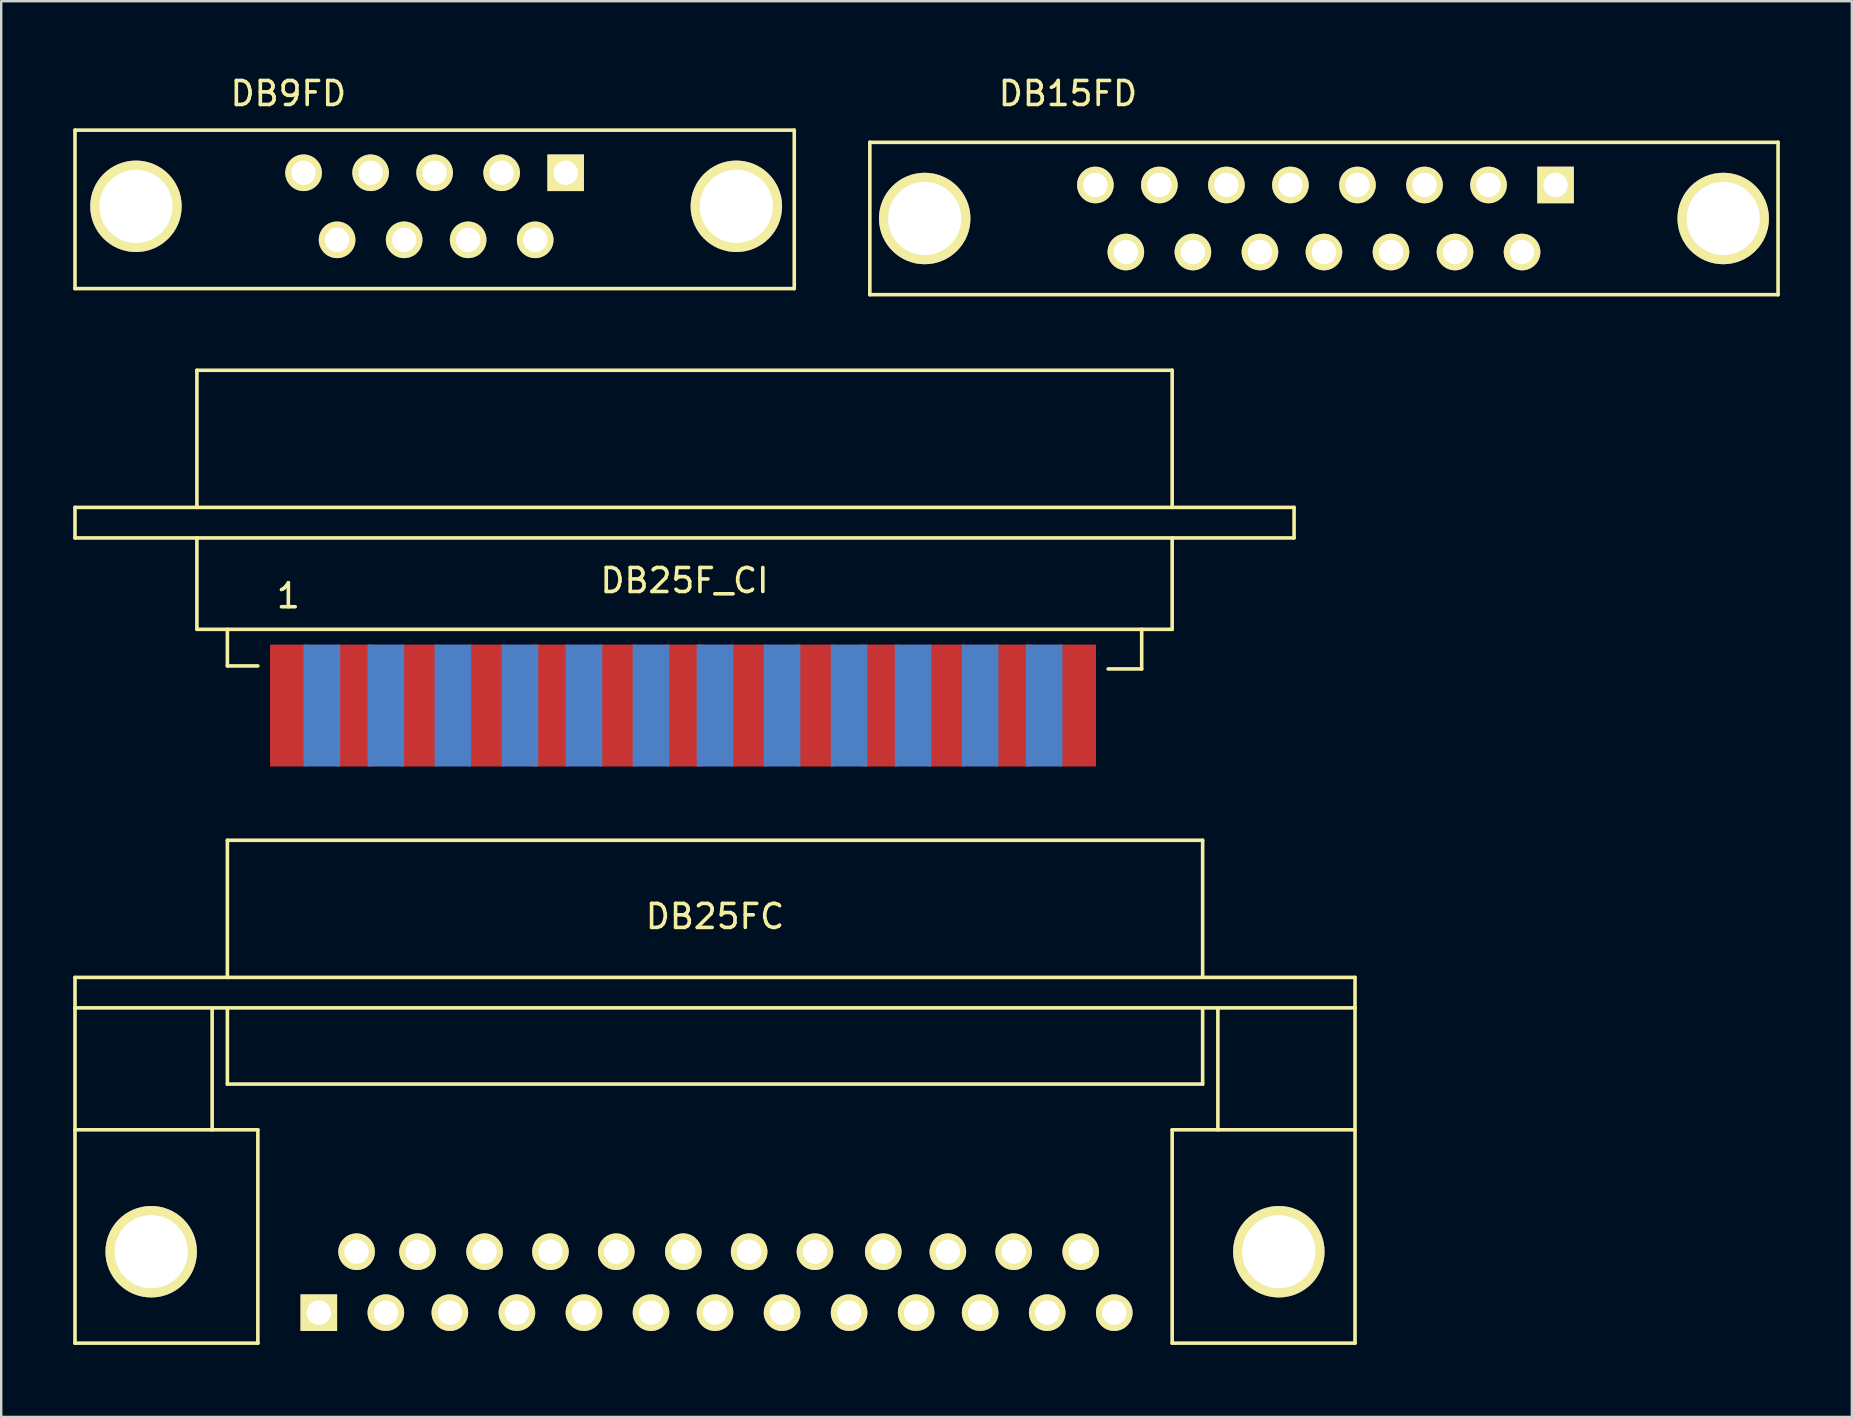
<source format=kicad_pcb>
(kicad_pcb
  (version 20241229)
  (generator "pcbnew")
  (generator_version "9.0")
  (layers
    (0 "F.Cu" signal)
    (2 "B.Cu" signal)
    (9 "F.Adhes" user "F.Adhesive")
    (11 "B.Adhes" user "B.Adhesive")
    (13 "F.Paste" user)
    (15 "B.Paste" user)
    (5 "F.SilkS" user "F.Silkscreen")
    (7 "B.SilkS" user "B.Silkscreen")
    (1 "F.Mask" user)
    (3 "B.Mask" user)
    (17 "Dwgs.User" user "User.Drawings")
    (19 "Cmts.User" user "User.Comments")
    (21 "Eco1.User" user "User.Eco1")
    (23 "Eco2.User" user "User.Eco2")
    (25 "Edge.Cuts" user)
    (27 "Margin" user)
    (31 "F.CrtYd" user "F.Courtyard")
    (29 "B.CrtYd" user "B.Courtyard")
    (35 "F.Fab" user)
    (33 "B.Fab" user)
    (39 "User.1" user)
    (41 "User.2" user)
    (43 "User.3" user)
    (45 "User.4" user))
  (footprint "DB9FD"
    (layer "F.Cu")
    (at 15.061 5.674)
    (property "Reference" "DB9FD" (at -6.096 -4.826 180) (layer "F.SilkS") (effects (font (size 1 1) (thickness 0.15))))
    (attr through_hole)
    (fp_line (start -14.986 -3.302) (end -14.986 3.302) (stroke (width 0.15) (type solid)) (layer "F.SilkS"))
    (fp_line (start -14.986 3.302) (end 14.986 3.302) (stroke (width 0.15) (type solid)) (layer "F.SilkS"))
    (fp_line (start 14.986 -3.302) (end -14.986 -3.302) (stroke (width 0.15) (type solid)) (layer "F.SilkS"))
    (fp_line (start 14.986 3.302) (end 14.986 -3.302) (stroke (width 0.15) (type solid)) (layer "F.SilkS"))
    (pad "0" thru_hole circle (at -12.446 -0.127) (size 3.81 3.81) (drill 3.048) (layers "*.Cu" "*.Mask" "F.SilkS"))
    (pad "0" thru_hole circle (at 12.573 -0.127) (size 3.81 3.81) (drill 3.048) (layers "*.Cu" "*.Mask" "F.SilkS"))
    (pad "1" thru_hole rect (at 5.461 -1.524) (size 1.524 1.524) (drill 1.016) (layers "*.Cu" "*.Mask" "F.SilkS"))
    (pad "2" thru_hole circle (at 2.794 -1.524) (size 1.524 1.524) (drill 1.016) (layers "*.Cu" "*.Mask" "F.SilkS"))
    (pad "3" thru_hole circle (at 0 -1.524) (size 1.524 1.524) (drill 1.016) (layers "*.Cu" "*.Mask" "F.SilkS"))
    (pad "4" thru_hole circle (at -2.667 -1.524) (size 1.524 1.524) (drill 1.016) (layers "*.Cu" "*.Mask" "F.SilkS"))
    (pad "5" thru_hole circle (at -5.461 -1.524) (size 1.524 1.524) (drill 1.016) (layers "*.Cu" "*.Mask" "F.SilkS"))
    (pad "6" thru_hole circle (at 4.191 1.27) (size 1.524 1.524) (drill 1.016) (layers "*.Cu" "*.Mask" "F.SilkS"))
    (pad "7" thru_hole circle (at 1.397 1.27) (size 1.524 1.524) (drill 1.016) (layers "*.Cu" "*.Mask" "F.SilkS"))
    (pad "8" thru_hole circle (at -1.27 1.27) (size 1.524 1.524) (drill 1.016) (layers "*.Cu" "*.Mask" "F.SilkS"))
    (pad "9" thru_hole circle (at -4.064 1.27) (size 1.524 1.524) (drill 1.016) (layers "*.Cu" "*.Mask" "F.SilkS")))
  (footprint "DB25FC"
    (layer "F.Cu")
    (at 26.745 50.38)
    (property "Reference" "DB25FC" (at 0 -15.24 0) (layer "F.SilkS") (effects (font (size 1 1) (thickness 0.15))))
    (attr through_hole)
    (fp_line (start -26.67 -12.7) (end -26.67 -11.43) (stroke (width 0.15) (type solid)) (layer "F.SilkS"))
    (fp_line (start -26.67 -11.43) (end 26.67 -11.43) (stroke (width 0.15) (type solid)) (layer "F.SilkS"))
    (fp_line (start -26.67 -6.35) (end -19.05 -6.35) (stroke (width 0.15) (type solid)) (layer "F.SilkS"))
    (fp_line (start -26.67 2.54) (end -26.67 -11.43) (stroke (width 0.15) (type solid)) (layer "F.SilkS"))
    (fp_line (start -26.67 2.54) (end -19.05 2.54) (stroke (width 0.15) (type solid)) (layer "F.SilkS"))
    (fp_line (start -20.955 -11.43) (end -20.955 -6.35) (stroke (width 0.15) (type solid)) (layer "F.SilkS"))
    (fp_line (start -20.32 -18.415) (end -20.32 -12.7) (stroke (width 0.15) (type solid)) (layer "F.SilkS"))
    (fp_line (start -20.32 -18.415) (end 20.32 -18.415) (stroke (width 0.15) (type solid)) (layer "F.SilkS"))
    (fp_line (start -20.32 -8.255) (end -20.32 -11.43) (stroke (width 0.15) (type solid)) (layer "F.SilkS"))
    (fp_line (start -20.32 -8.255) (end 20.32 -8.255) (stroke (width 0.15) (type solid)) (layer "F.SilkS"))
    (fp_line (start -19.05 -6.35) (end -19.05 2.54) (stroke (width 0.15) (type solid)) (layer "F.SilkS"))
    (fp_line (start 19.05 -6.35) (end 19.05 2.54) (stroke (width 0.15) (type solid)) (layer "F.SilkS"))
    (fp_line (start 19.05 2.54) (end 26.67 2.54) (stroke (width 0.15) (type solid)) (layer "F.SilkS"))
    (fp_line (start 20.32 -18.415) (end 20.32 -12.7) (stroke (width 0.15) (type solid)) (layer "F.SilkS"))
    (fp_line (start 20.32 -8.255) (end 20.32 -11.43) (stroke (width 0.15) (type solid)) (layer "F.SilkS"))
    (fp_line (start 20.955 -11.43) (end 20.955 -6.35) (stroke (width 0.15) (type solid)) (layer "F.SilkS"))
    (fp_line (start 26.67 -12.7) (end -26.67 -12.7) (stroke (width 0.15) (type solid)) (layer "F.SilkS"))
    (fp_line (start 26.67 -11.43) (end 26.67 -12.7) (stroke (width 0.15) (type solid)) (layer "F.SilkS"))
    (fp_line (start 26.67 -11.43) (end 26.67 2.54) (stroke (width 0.15) (type solid)) (layer "F.SilkS"))
    (fp_line (start 26.67 -6.35) (end 19.05 -6.35) (stroke (width 0.15) (type solid)) (layer "F.SilkS"))
    (pad "" thru_hole circle (at -23.495 -1.27) (size 3.81 3.81) (drill 3.048) (layers "*.Cu" "*.Mask" "F.SilkS"))
    (pad "" thru_hole circle (at 23.495 -1.27) (size 3.81 3.81) (drill 3.048) (layers "*.Cu" "*.Mask" "F.SilkS"))
    (pad "1" thru_hole rect (at -16.51 1.27) (size 1.524 1.524) (drill 1.016) (layers "*.Cu" "*.Mask" "F.SilkS"))
    (pad "2" thru_hole circle (at -13.716 1.27) (size 1.524 1.524) (drill 1.016) (layers "*.Cu" "*.Mask" "F.SilkS"))
    (pad "3" thru_hole circle (at -11.049 1.27) (size 1.524 1.524) (drill 1.016) (layers "*.Cu" "*.Mask" "F.SilkS"))
    (pad "4" thru_hole circle (at -8.255 1.27) (size 1.524 1.524) (drill 1.016) (layers "*.Cu" "*.Mask" "F.SilkS"))
    (pad "5" thru_hole circle (at -5.461 1.27) (size 1.524 1.524) (drill 1.016) (layers "*.Cu" "*.Mask" "F.SilkS"))
    (pad "6" thru_hole circle (at -2.667 1.27) (size 1.524 1.524) (drill 1.016) (layers "*.Cu" "*.Mask" "F.SilkS"))
    (pad "7" thru_hole circle (at 0 1.27) (size 1.524 1.524) (drill 1.016) (layers "*.Cu" "*.Mask" "F.SilkS"))
    (pad "8" thru_hole circle (at 2.794 1.27) (size 1.524 1.524) (drill 1.016) (layers "*.Cu" "*.Mask" "F.SilkS"))
    (pad "9" thru_hole circle (at 5.588 1.27) (size 1.524 1.524) (drill 1.016) (layers "*.Cu" "*.Mask" "F.SilkS"))
    (pad "10" thru_hole circle (at 8.382 1.27) (size 1.524 1.524) (drill 1.016) (layers "*.Cu" "*.Mask" "F.SilkS"))
    (pad "11" thru_hole circle (at 11.049 1.27) (size 1.524 1.524) (drill 1.016) (layers "*.Cu" "*.Mask" "F.SilkS"))
    (pad "12" thru_hole circle (at 13.843 1.27) (size 1.524 1.524) (drill 1.016) (layers "*.Cu" "*.Mask" "F.SilkS"))
    (pad "13" thru_hole circle (at 16.637 1.27) (size 1.524 1.524) (drill 1.016) (layers "*.Cu" "*.Mask" "F.SilkS"))
    (pad "14" thru_hole circle (at -14.935 -1.27) (size 1.524 1.524) (drill 1.016) (layers "*.Cu" "*.Mask" "F.SilkS"))
    (pad "15" thru_hole circle (at -12.395 -1.27) (size 1.524 1.524) (drill 1.016) (layers "*.Cu" "*.Mask" "F.SilkS"))
    (pad "16" thru_hole circle (at -9.601 -1.27) (size 1.524 1.524) (drill 1.016) (layers "*.Cu" "*.Mask" "F.SilkS"))
    (pad "17" thru_hole circle (at -6.858 -1.27) (size 1.524 1.524) (drill 1.016) (layers "*.Cu" "*.Mask" "F.SilkS"))
    (pad "18" thru_hole circle (at -4.115 -1.27) (size 1.524 1.524) (drill 1.016) (layers "*.Cu" "*.Mask" "F.SilkS"))
    (pad "19" thru_hole circle (at -1.321 -1.27) (size 1.524 1.524) (drill 1.016) (layers "*.Cu" "*.Mask" "F.SilkS"))
    (pad "20" thru_hole circle (at 1.422 -1.27) (size 1.524 1.524) (drill 1.016) (layers "*.Cu" "*.Mask" "F.SilkS"))
    (pad "21" thru_hole circle (at 4.166 -1.27) (size 1.524 1.524) (drill 1.016) (layers "*.Cu" "*.Mask" "F.SilkS"))
    (pad "22" thru_hole circle (at 7.01 -1.27) (size 1.524 1.524) (drill 1.016) (layers "*.Cu" "*.Mask" "F.SilkS"))
    (pad "23" thru_hole circle (at 9.703 -1.27) (size 1.524 1.524) (drill 1.016) (layers "*.Cu" "*.Mask" "F.SilkS"))
    (pad "24" thru_hole circle (at 12.446 -1.27) (size 1.524 1.524) (drill 1.016) (layers "*.Cu" "*.Mask" "F.SilkS"))
    (pad "25" thru_hole circle (at 15.24 -1.27) (size 1.524 1.524) (drill 1.016) (layers "*.Cu" "*.Mask" "F.SilkS")))
  (footprint "DB15FD"
    (layer "F.Cu")
    (at 51.612 5.928)
    (property "Reference" "DB15FD" (at -10.16 -5.08 180) (layer "F.SilkS") (effects (font (size 1 1) (thickness 0.15))))
    (attr through_hole)
    (fp_line (start -18.415 -3.048) (end -18.415 3.302) (stroke (width 0.15) (type solid)) (layer "F.SilkS"))
    (fp_line (start -18.415 3.302) (end 19.431 3.302) (stroke (width 0.15) (type solid)) (layer "F.SilkS"))
    (fp_line (start 19.431 -3.048) (end -18.415 -3.048) (stroke (width 0.15) (type solid)) (layer "F.SilkS"))
    (fp_line (start 19.431 3.302) (end 19.431 -3.048) (stroke (width 0.15) (type solid)) (layer "F.SilkS"))
    (pad "0" thru_hole circle (at -16.129 0.127) (size 3.81 3.81) (drill 3.048) (layers "*.Cu" "*.Mask" "F.SilkS"))
    (pad "0" thru_hole circle (at 17.145 0.127) (size 3.81 3.81) (drill 3.048) (layers "*.Cu" "*.Mask" "F.SilkS"))
    (pad "1" thru_hole rect (at 10.16 -1.27) (size 1.524 1.524) (drill 1.016) (layers "*.Cu" "*.Mask" "F.SilkS"))
    (pad "2" thru_hole circle (at 7.366 -1.27) (size 1.524 1.524) (drill 1.016) (layers "*.Cu" "*.Mask" "F.SilkS"))
    (pad "3" thru_hole circle (at 4.699 -1.27) (size 1.524 1.524) (drill 1.016) (layers "*.Cu" "*.Mask" "F.SilkS"))
    (pad "4" thru_hole circle (at 1.905 -1.27) (size 1.524 1.524) (drill 1.016) (layers "*.Cu" "*.Mask" "F.SilkS"))
    (pad "5" thru_hole circle (at -0.889 -1.27) (size 1.524 1.524) (drill 1.016) (layers "*.Cu" "*.Mask" "F.SilkS"))
    (pad "6" thru_hole circle (at -3.556 -1.27) (size 1.524 1.524) (drill 1.016) (layers "*.Cu" "*.Mask" "F.SilkS"))
    (pad "7" thru_hole circle (at -6.35 -1.27) (size 1.524 1.524) (drill 1.016) (layers "*.Cu" "*.Mask" "F.SilkS"))
    (pad "8" thru_hole circle (at -9.017 -1.27) (size 1.524 1.524) (drill 1.016) (layers "*.Cu" "*.Mask" "F.SilkS"))
    (pad "9" thru_hole circle (at 8.763 1.524) (size 1.524 1.524) (drill 1.016) (layers "*.Cu" "*.Mask" "F.SilkS"))
    (pad "10" thru_hole circle (at 5.969 1.524) (size 1.524 1.524) (drill 1.016) (layers "*.Cu" "*.Mask" "F.SilkS"))
    (pad "11" thru_hole circle (at 3.302 1.524) (size 1.524 1.524) (drill 1.016) (layers "*.Cu" "*.Mask" "F.SilkS"))
    (pad "12" thru_hole circle (at 0.508 1.524) (size 1.524 1.524) (drill 1.016) (layers "*.Cu" "*.Mask" "F.SilkS"))
    (pad "13" thru_hole circle (at -2.159 1.524) (size 1.524 1.524) (drill 1.016) (layers "*.Cu" "*.Mask" "F.SilkS"))
    (pad "14" thru_hole circle (at -4.953 1.524) (size 1.524 1.524) (drill 1.016) (layers "*.Cu" "*.Mask" "F.SilkS"))
    (pad "15" thru_hole circle (at -7.747 1.524) (size 1.524 1.524) (drill 1.016) (layers "*.Cu" "*.Mask" "F.SilkS")))
  (footprint "DB25F_CI"
    (layer "F.Cu")
    (at 25.475 23.683)
    (property "Reference" "DB25F_CI" (at 0 -2.54 180) (layer "F.SilkS") (effects (font (size 1 1) (thickness 0.15))))
    (attr through_hole)
    (fp_line (start -25.4 -5.588) (end 25.4 -5.588) (stroke (width 0.15) (type solid)) (layer "F.SilkS"))
    (fp_line (start -25.4 -4.318) (end -25.4 -5.588) (stroke (width 0.15) (type solid)) (layer "F.SilkS"))
    (fp_line (start -20.32 -11.303) (end 20.32 -11.303) (stroke (width 0.15) (type solid)) (layer "F.SilkS"))
    (fp_line (start -20.32 -5.588) (end -20.32 -11.303) (stroke (width 0.15) (type solid)) (layer "F.SilkS"))
    (fp_line (start -20.32 -4.318) (end -25.4 -4.318) (stroke (width 0.15) (type solid)) (layer "F.SilkS"))
    (fp_line (start -20.32 -4.318) (end 20.32 -4.318) (stroke (width 0.15) (type solid)) (layer "F.SilkS"))
    (fp_line (start -20.32 -0.508) (end -20.32 -4.318) (stroke (width 0.15) (type solid)) (layer "F.SilkS"))
    (fp_line (start -19.05 -0.508) (end -19.05 1.016) (stroke (width 0.15) (type solid)) (layer "F.SilkS"))
    (fp_line (start -19.05 1.016) (end -17.78 1.016) (stroke (width 0.15) (type solid)) (layer "F.SilkS"))
    (fp_line (start 19.05 -0.508) (end 19.05 1.143) (stroke (width 0.15) (type solid)) (layer "F.SilkS"))
    (fp_line (start 19.05 1.143) (end 17.653 1.143) (stroke (width 0.15) (type solid)) (layer "F.SilkS"))
    (fp_line (start 20.32 -11.303) (end 20.32 -5.588) (stroke (width 0.15) (type solid)) (layer "F.SilkS"))
    (fp_line (start 20.32 -4.318) (end 20.32 -0.508) (stroke (width 0.15) (type solid)) (layer "F.SilkS"))
    (fp_line (start 20.32 -0.508) (end -20.32 -0.508) (stroke (width 0.15) (type solid)) (layer "F.SilkS"))
    (fp_line (start 25.4 -5.588) (end 25.4 -4.318) (stroke (width 0.15) (type solid)) (layer "F.SilkS"))
    (fp_line (start 25.4 -4.318) (end 20.32 -4.318) (stroke (width 0.15) (type solid)) (layer "F.SilkS"))
    (fp_text user "1" (at -16.51 -1.905 180) (layer "F.SilkS") (effects (font (size 1 1) (thickness 0.15))))
    (pad "1" connect rect (at -16.51 2.667 90) (size 5.08 1.524) (layers "F.Cu" "F.Mask"))
    (pad "2" connect rect (at -13.716 2.667 90) (size 5.08 1.524) (layers "F.Cu" "F.Mask"))
    (pad "3" connect rect (at -11.049 2.667 90) (size 5.08 1.524) (layers "F.Cu" "F.Mask"))
    (pad "4" connect rect (at -8.255 2.667 90) (size 5.08 1.524) (layers "F.Cu" "F.Mask"))
    (pad "5" connect rect (at -5.588 2.667 90) (size 5.08 1.524) (layers "F.Cu" "F.Mask"))
    (pad "6" connect rect (at -2.794 2.667 90) (size 5.08 1.524) (layers "F.Cu" "F.Mask"))
    (pad "7" connect rect (at 0 2.667 90) (size 5.08 1.524) (layers "F.Cu" "F.Mask"))
    (pad "8" connect rect (at 2.667 2.667 90) (size 5.08 1.524) (layers "F.Cu" "F.Mask"))
    (pad "9" connect rect (at 5.461 2.667 90) (size 5.08 1.524) (layers "F.Cu" "F.Mask"))
    (pad "10" connect rect (at 8.128 2.667 90) (size 5.08 1.524) (layers "F.Cu" "F.Mask"))
    (pad "11" connect rect (at 10.922 2.667 90) (size 5.08 1.524) (layers "F.Cu" "F.Mask"))
    (pad "12" connect rect (at 13.716 2.667 90) (size 5.08 1.524) (layers "F.Cu" "F.Mask"))
    (pad "13" connect rect (at 16.383 2.667 90) (size 5.08 1.524) (layers "F.Cu" "F.Mask"))
    (pad "14" connect rect (at -15.113 2.667 90) (size 5.08 1.524) (layers "B.Cu" "B.Mask"))
    (pad "15" connect rect (at -12.446 2.667 90) (size 5.08 1.524) (layers "B.Cu" "B.Mask"))
    (pad "16" connect rect (at -9.652 2.667 90) (size 5.08 1.524) (layers "B.Cu" "B.Mask"))
    (pad "17" connect rect (at -6.858 2.667 90) (size 5.08 1.524) (layers "B.Cu" "B.Mask"))
    (pad "18" connect rect (at -4.191 2.667 90) (size 5.08 1.524) (layers "B.Cu" "B.Mask"))
    (pad "19" connect rect (at -1.397 2.667 90) (size 5.08 1.524) (layers "B.Cu" "B.Mask"))
    (pad "20" connect rect (at 1.27 2.667 90) (size 5.08 1.524) (layers "B.Cu" "B.Mask"))
    (pad "21" connect rect (at 4.064 2.667 90) (size 5.08 1.524) (layers "B.Cu" "B.Mask"))
    (pad "22" connect rect (at 6.858 2.667 90) (size 5.08 1.524) (layers "B.Cu" "B.Mask"))
    (pad "23" connect rect (at 9.525 2.667 90) (size 5.08 1.524) (layers "B.Cu" "B.Mask"))
    (pad "24" connect rect (at 12.319 2.667 90) (size 5.08 1.524) (layers "B.Cu" "B.Mask"))
    (pad "25" connect rect (at 14.986 2.667 90) (size 5.08 1.524) (layers "B.Cu" "B.Mask")))
  (gr_rect
    (start -3 -3)
    (end 74.118 55.995)
    (stroke (width 0.1) (type default))
    (fill no)
    (layer "Edge.Cuts")))
</source>
